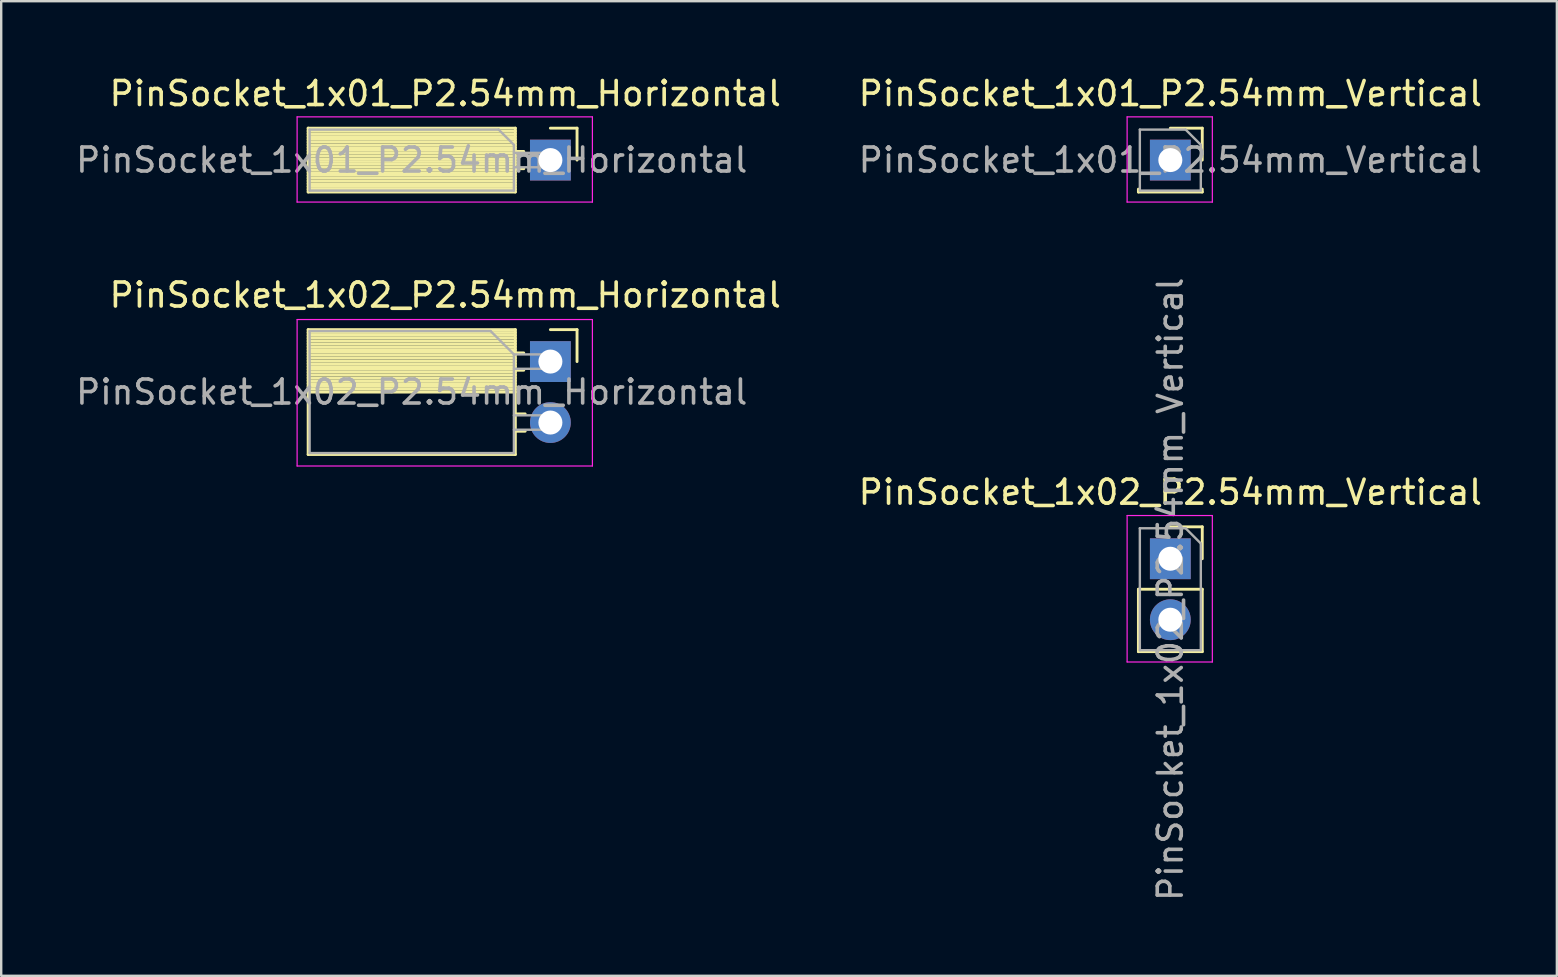
<source format=kicad_pcb>
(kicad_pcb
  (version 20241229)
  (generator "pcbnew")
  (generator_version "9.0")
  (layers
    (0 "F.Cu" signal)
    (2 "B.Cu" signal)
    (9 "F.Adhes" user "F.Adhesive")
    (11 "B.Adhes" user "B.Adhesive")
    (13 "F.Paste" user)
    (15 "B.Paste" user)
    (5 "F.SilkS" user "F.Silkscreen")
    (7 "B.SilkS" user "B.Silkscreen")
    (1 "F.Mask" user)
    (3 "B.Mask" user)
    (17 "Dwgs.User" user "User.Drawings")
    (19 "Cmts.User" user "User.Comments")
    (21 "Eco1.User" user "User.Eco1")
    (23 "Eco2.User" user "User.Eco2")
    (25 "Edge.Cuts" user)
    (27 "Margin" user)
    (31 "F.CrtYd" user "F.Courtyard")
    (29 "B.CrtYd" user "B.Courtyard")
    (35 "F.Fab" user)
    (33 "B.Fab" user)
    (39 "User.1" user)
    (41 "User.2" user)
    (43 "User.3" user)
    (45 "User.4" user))
  (footprint "PinSocket_1x01_P2.54mm_Horizontal"
    (layer "F.Cu")
    (at 19.876 3.618)
    (property "Reference" "PinSocket_1x01_P2.54mm_Horizontal" (at -4.38 -2.77 0) (layer "F.SilkS") (effects (font (size 1 1) (thickness 0.15))))
    (attr through_hole)
    (fp_line (start -10.09 -1.33) (end -10.09 1.33) (stroke (width 0.12) (type solid)) (layer "F.SilkS"))
    (fp_line (start -10.09 -1.33) (end -1.46 -1.33) (stroke (width 0.12) (type solid)) (layer "F.SilkS"))
    (fp_line (start -10.09 -1.21) (end -1.46 -1.21) (stroke (width 0.12) (type solid)) (layer "F.SilkS"))
    (fp_line (start -10.09 -1.095) (end -1.46 -1.095) (stroke (width 0.12) (type solid)) (layer "F.SilkS"))
    (fp_line (start -10.09 -0.979) (end -1.46 -0.979) (stroke (width 0.12) (type solid)) (layer "F.SilkS"))
    (fp_line (start -10.09 -0.864) (end -1.46 -0.864) (stroke (width 0.12) (type solid)) (layer "F.SilkS"))
    (fp_line (start -10.09 -0.748) (end -1.46 -0.748) (stroke (width 0.12) (type solid)) (layer "F.SilkS"))
    (fp_line (start -10.09 -0.633) (end -1.46 -0.633) (stroke (width 0.12) (type solid)) (layer "F.SilkS"))
    (fp_line (start -10.09 -0.517) (end -1.46 -0.517) (stroke (width 0.12) (type solid)) (layer "F.SilkS"))
    (fp_line (start -10.09 -0.402) (end -1.46 -0.402) (stroke (width 0.12) (type solid)) (layer "F.SilkS"))
    (fp_line (start -10.09 -0.286) (end -1.46 -0.286) (stroke (width 0.12) (type solid)) (layer "F.SilkS"))
    (fp_line (start -10.09 -0.171) (end -1.46 -0.171) (stroke (width 0.12) (type solid)) (layer "F.SilkS"))
    (fp_line (start -10.09 -0.055) (end -1.46 -0.055) (stroke (width 0.12) (type solid)) (layer "F.SilkS"))
    (fp_line (start -10.09 0.06) (end -1.46 0.06) (stroke (width 0.12) (type solid)) (layer "F.SilkS"))
    (fp_line (start -10.09 0.175) (end -1.46 0.175) (stroke (width 0.12) (type solid)) (layer "F.SilkS"))
    (fp_line (start -10.09 0.291) (end -1.46 0.291) (stroke (width 0.12) (type solid)) (layer "F.SilkS"))
    (fp_line (start -10.09 0.406) (end -1.46 0.406) (stroke (width 0.12) (type solid)) (layer "F.SilkS"))
    (fp_line (start -10.09 0.522) (end -1.46 0.522) (stroke (width 0.12) (type solid)) (layer "F.SilkS"))
    (fp_line (start -10.09 0.637) (end -1.46 0.637) (stroke (width 0.12) (type solid)) (layer "F.SilkS"))
    (fp_line (start -10.09 0.753) (end -1.46 0.753) (stroke (width 0.12) (type solid)) (layer "F.SilkS"))
    (fp_line (start -10.09 0.868) (end -1.46 0.868) (stroke (width 0.12) (type solid)) (layer "F.SilkS"))
    (fp_line (start -10.09 0.984) (end -1.46 0.984) (stroke (width 0.12) (type solid)) (layer "F.SilkS"))
    (fp_line (start -10.09 1.099) (end -1.46 1.099) (stroke (width 0.12) (type solid)) (layer "F.SilkS"))
    (fp_line (start -10.09 1.215) (end -1.46 1.215) (stroke (width 0.12) (type solid)) (layer "F.SilkS"))
    (fp_line (start -10.09 1.33) (end -1.46 1.33) (stroke (width 0.12) (type solid)) (layer "F.SilkS"))
    (fp_line (start -1.46 -1.33) (end -1.46 1.33) (stroke (width 0.12) (type solid)) (layer "F.SilkS"))
    (fp_line (start -1.46 -0.36) (end -1.11 -0.36) (stroke (width 0.12) (type solid)) (layer "F.SilkS"))
    (fp_line (start -1.46 0.36) (end -1.11 0.36) (stroke (width 0.12) (type solid)) (layer "F.SilkS"))
    (fp_line (start 0 -1.33) (end 1.11 -1.33) (stroke (width 0.12) (type solid)) (layer "F.SilkS"))
    (fp_line (start 1.11 -1.33) (end 1.11 0) (stroke (width 0.12) (type solid)) (layer "F.SilkS"))
    (fp_line (start -10.55 -1.8) (end -10.55 1.75) (stroke (width 0.05) (type solid)) (layer "F.CrtYd"))
    (fp_line (start -10.55 1.75) (end 1.75 1.75) (stroke (width 0.05) (type solid)) (layer "F.CrtYd"))
    (fp_line (start 1.75 -1.8) (end -10.55 -1.8) (stroke (width 0.05) (type solid)) (layer "F.CrtYd"))
    (fp_line (start 1.75 1.75) (end 1.75 -1.8) (stroke (width 0.05) (type solid)) (layer "F.CrtYd"))
    (fp_line (start -10.03 -1.27) (end -2.155 -1.27) (stroke (width 0.1) (type solid)) (layer "F.Fab"))
    (fp_line (start -10.03 1.27) (end -10.03 -1.27) (stroke (width 0.1) (type solid)) (layer "F.Fab"))
    (fp_line (start -2.155 -1.27) (end -1.52 -0.635) (stroke (width 0.1) (type solid)) (layer "F.Fab"))
    (fp_line (start -1.52 -0.635) (end -1.52 1.27) (stroke (width 0.1) (type solid)) (layer "F.Fab"))
    (fp_line (start -1.52 0.3) (end 0 0.3) (stroke (width 0.1) (type solid)) (layer "F.Fab"))
    (fp_line (start -1.52 1.27) (end -10.03 1.27) (stroke (width 0.1) (type solid)) (layer "F.Fab"))
    (fp_line (start 0 -0.3) (end -1.52 -0.3) (stroke (width 0.1) (type solid)) (layer "F.Fab"))
    (fp_line (start 0 0.3) (end 0 -0.3) (stroke (width 0.1) (type solid)) (layer "F.Fab"))
    (fp_text user "${REFERENCE}" (at -5.775 0 0) (layer "F.Fab") (effects (font (size 1 1) (thickness 0.15))))
    (pad "1" thru_hole rect (at 0 0) (size 1.7 1.7) (drill 1) (layers "*.Cu" "*.Mask")))
  (footprint "PinSocket_1x02_P2.54mm_Horizontal"
    (layer "F.Cu")
    (at 19.876 12.011)
    (property "Reference" "PinSocket_1x02_P2.54mm_Horizontal" (at -4.38 -2.77 0) (layer "F.SilkS") (effects (font (size 1 1) (thickness 0.15))))
    (attr through_hole)
    (fp_line (start -10.09 -1.33) (end -10.09 3.87) (stroke (width 0.12) (type solid)) (layer "F.SilkS"))
    (fp_line (start -10.09 -1.33) (end -1.46 -1.33) (stroke (width 0.12) (type solid)) (layer "F.SilkS"))
    (fp_line (start -10.09 -1.21) (end -1.46 -1.21) (stroke (width 0.12) (type solid)) (layer "F.SilkS"))
    (fp_line (start -10.09 -1.092) (end -1.46 -1.092) (stroke (width 0.12) (type solid)) (layer "F.SilkS"))
    (fp_line (start -10.09 -0.974) (end -1.46 -0.974) (stroke (width 0.12) (type solid)) (layer "F.SilkS"))
    (fp_line (start -10.09 -0.856) (end -1.46 -0.856) (stroke (width 0.12) (type solid)) (layer "F.SilkS"))
    (fp_line (start -10.09 -0.738) (end -1.46 -0.738) (stroke (width 0.12) (type solid)) (layer "F.SilkS"))
    (fp_line (start -10.09 -0.62) (end -1.46 -0.62) (stroke (width 0.12) (type solid)) (layer "F.SilkS"))
    (fp_line (start -10.09 -0.501) (end -1.46 -0.501) (stroke (width 0.12) (type solid)) (layer "F.SilkS"))
    (fp_line (start -10.09 -0.383) (end -1.46 -0.383) (stroke (width 0.12) (type solid)) (layer "F.SilkS"))
    (fp_line (start -10.09 -0.265) (end -1.46 -0.265) (stroke (width 0.12) (type solid)) (layer "F.SilkS"))
    (fp_line (start -10.09 -0.147) (end -1.46 -0.147) (stroke (width 0.12) (type solid)) (layer "F.SilkS"))
    (fp_line (start -10.09 -0.029) (end -1.46 -0.029) (stroke (width 0.12) (type solid)) (layer "F.SilkS"))
    (fp_line (start -10.09 0.089) (end -1.46 0.089) (stroke (width 0.12) (type solid)) (layer "F.SilkS"))
    (fp_line (start -10.09 0.207) (end -1.46 0.207) (stroke (width 0.12) (type solid)) (layer "F.SilkS"))
    (fp_line (start -10.09 0.325) (end -1.46 0.325) (stroke (width 0.12) (type solid)) (layer "F.SilkS"))
    (fp_line (start -10.09 0.443) (end -1.46 0.443) (stroke (width 0.12) (type solid)) (layer "F.SilkS"))
    (fp_line (start -10.09 0.561) (end -1.46 0.561) (stroke (width 0.12) (type solid)) (layer "F.SilkS"))
    (fp_line (start -10.09 0.68) (end -1.46 0.68) (stroke (width 0.12) (type solid)) (layer "F.SilkS"))
    (fp_line (start -10.09 0.798) (end -1.46 0.798) (stroke (width 0.12) (type solid)) (layer "F.SilkS"))
    (fp_line (start -10.09 0.916) (end -1.46 0.916) (stroke (width 0.12) (type solid)) (layer "F.SilkS"))
    (fp_line (start -10.09 1.034) (end -1.46 1.034) (stroke (width 0.12) (type solid)) (layer "F.SilkS"))
    (fp_line (start -10.09 1.152) (end -1.46 1.152) (stroke (width 0.12) (type solid)) (layer "F.SilkS"))
    (fp_line (start -10.09 1.27) (end -1.46 1.27) (stroke (width 0.12) (type solid)) (layer "F.SilkS"))
    (fp_line (start -10.09 3.87) (end -1.46 3.87) (stroke (width 0.12) (type solid)) (layer "F.SilkS"))
    (fp_line (start -1.46 -1.33) (end -1.46 3.87) (stroke (width 0.12) (type solid)) (layer "F.SilkS"))
    (fp_line (start -1.46 -0.36) (end -1.11 -0.36) (stroke (width 0.12) (type solid)) (layer "F.SilkS"))
    (fp_line (start -1.46 0.36) (end -1.11 0.36) (stroke (width 0.12) (type solid)) (layer "F.SilkS"))
    (fp_line (start -1.46 2.18) (end -1.05 2.18) (stroke (width 0.12) (type solid)) (layer "F.SilkS"))
    (fp_line (start -1.46 2.9) (end -1.05 2.9) (stroke (width 0.12) (type solid)) (layer "F.SilkS"))
    (fp_line (start 0 -1.33) (end 1.11 -1.33) (stroke (width 0.12) (type solid)) (layer "F.SilkS"))
    (fp_line (start 1.11 -1.33) (end 1.11 0) (stroke (width 0.12) (type solid)) (layer "F.SilkS"))
    (fp_line (start -10.55 -1.75) (end -10.55 4.35) (stroke (width 0.05) (type solid)) (layer "F.CrtYd"))
    (fp_line (start -10.55 4.35) (end 1.75 4.35) (stroke (width 0.05) (type solid)) (layer "F.CrtYd"))
    (fp_line (start 1.75 -1.75) (end -10.55 -1.75) (stroke (width 0.05) (type solid)) (layer "F.CrtYd"))
    (fp_line (start 1.75 4.35) (end 1.75 -1.75) (stroke (width 0.05) (type solid)) (layer "F.CrtYd"))
    (fp_line (start -10.03 -1.27) (end -2.49 -1.27) (stroke (width 0.1) (type solid)) (layer "F.Fab"))
    (fp_line (start -10.03 3.81) (end -10.03 -1.27) (stroke (width 0.1) (type solid)) (layer "F.Fab"))
    (fp_line (start -2.49 -1.27) (end -1.52 -0.3) (stroke (width 0.1) (type solid)) (layer "F.Fab"))
    (fp_line (start -1.52 -0.3) (end -1.52 3.81) (stroke (width 0.1) (type solid)) (layer "F.Fab"))
    (fp_line (start -1.52 0.3) (end 0 0.3) (stroke (width 0.1) (type solid)) (layer "F.Fab"))
    (fp_line (start -1.52 2.84) (end 0 2.84) (stroke (width 0.1) (type solid)) (layer "F.Fab"))
    (fp_line (start -1.52 3.81) (end -10.03 3.81) (stroke (width 0.1) (type solid)) (layer "F.Fab"))
    (fp_line (start 0 -0.3) (end -1.52 -0.3) (stroke (width 0.1) (type solid)) (layer "F.Fab"))
    (fp_line (start 0 0.3) (end 0 -0.3) (stroke (width 0.1) (type solid)) (layer "F.Fab"))
    (fp_line (start 0 2.24) (end -1.52 2.24) (stroke (width 0.1) (type solid)) (layer "F.Fab"))
    (fp_line (start 0 2.84) (end 0 2.24) (stroke (width 0.1) (type solid)) (layer "F.Fab"))
    (fp_text user "${REFERENCE}" (at -5.775 1.27 0) (layer "F.Fab") (effects (font (size 1 1) (thickness 0.15))))
    (pad "1" thru_hole rect (at 0 0) (size 1.7 1.7) (drill 1) (layers "*.Cu" "*.Mask"))
    (pad "2" thru_hole oval (at 0 2.54) (size 1.7 1.7) (drill 1) (layers "*.Cu" "*.Mask")))
  (footprint "PinSocket_1x01_P2.54mm_Vertical"
    (layer "F.Cu")
    (at 45.699 3.618)
    (property "Reference" "PinSocket_1x01_P2.54mm_Vertical" (at 0 -2.77 0) (layer "F.SilkS") (effects (font (size 1 1) (thickness 0.15))))
    (attr through_hole)
    (fp_line (start -1.33 1.21) (end -1.33 1.33) (stroke (width 0.12) (type solid)) (layer "F.SilkS"))
    (fp_line (start -1.33 1.33) (end 1.33 1.33) (stroke (width 0.12) (type solid)) (layer "F.SilkS"))
    (fp_line (start 0 -1.33) (end 1.33 -1.33) (stroke (width 0.12) (type solid)) (layer "F.SilkS"))
    (fp_line (start 1.33 -1.33) (end 1.33 0) (stroke (width 0.12) (type solid)) (layer "F.SilkS"))
    (fp_line (start 1.33 1.21) (end 1.33 1.33) (stroke (width 0.12) (type solid)) (layer "F.SilkS"))
    (fp_line (start -1.8 -1.8) (end 1.75 -1.8) (stroke (width 0.05) (type solid)) (layer "F.CrtYd"))
    (fp_line (start -1.8 1.75) (end -1.8 -1.8) (stroke (width 0.05) (type solid)) (layer "F.CrtYd"))
    (fp_line (start 1.75 -1.8) (end 1.75 1.75) (stroke (width 0.05) (type solid)) (layer "F.CrtYd"))
    (fp_line (start 1.75 1.75) (end -1.8 1.75) (stroke (width 0.05) (type solid)) (layer "F.CrtYd"))
    (fp_line (start -1.27 -1.27) (end 0.635 -1.27) (stroke (width 0.1) (type solid)) (layer "F.Fab"))
    (fp_line (start -1.27 1.27) (end -1.27 -1.27) (stroke (width 0.1) (type solid)) (layer "F.Fab"))
    (fp_line (start 0.635 -1.27) (end 1.27 -0.635) (stroke (width 0.1) (type solid)) (layer "F.Fab"))
    (fp_line (start 1.27 -0.635) (end 1.27 1.27) (stroke (width 0.1) (type solid)) (layer "F.Fab"))
    (fp_line (start 1.27 1.27) (end -1.27 1.27) (stroke (width 0.1) (type solid)) (layer "F.Fab"))
    (fp_text user "${REFERENCE}" (at 0 0 0) (layer "F.Fab") (effects (font (size 1 1) (thickness 0.15))))
    (pad "1" thru_hole rect (at 0 0) (size 1.7 1.7) (drill 1) (layers "*.Cu" "*.Mask")))
  (footprint "PinSocket_1x02_P2.54mm_Vertical"
    (layer "F.Cu")
    (at 45.699 20.224)
    (property "Reference" "PinSocket_1x02_P2.54mm_Vertical" (at 0 -2.77 0) (layer "F.SilkS") (effects (font (size 1 1) (thickness 0.15))))
    (attr through_hole)
    (fp_line (start -1.33 1.27) (end -1.33 3.87) (stroke (width 0.12) (type solid)) (layer "F.SilkS"))
    (fp_line (start -1.33 1.27) (end 1.33 1.27) (stroke (width 0.12) (type solid)) (layer "F.SilkS"))
    (fp_line (start -1.33 3.87) (end 1.33 3.87) (stroke (width 0.12) (type solid)) (layer "F.SilkS"))
    (fp_line (start 0 -1.33) (end 1.33 -1.33) (stroke (width 0.12) (type solid)) (layer "F.SilkS"))
    (fp_line (start 1.33 -1.33) (end 1.33 0) (stroke (width 0.12) (type solid)) (layer "F.SilkS"))
    (fp_line (start 1.33 1.27) (end 1.33 3.87) (stroke (width 0.12) (type solid)) (layer "F.SilkS"))
    (fp_line (start -1.8 -1.8) (end 1.75 -1.8) (stroke (width 0.05) (type solid)) (layer "F.CrtYd"))
    (fp_line (start -1.8 4.3) (end -1.8 -1.8) (stroke (width 0.05) (type solid)) (layer "F.CrtYd"))
    (fp_line (start 1.75 -1.8) (end 1.75 4.3) (stroke (width 0.05) (type solid)) (layer "F.CrtYd"))
    (fp_line (start 1.75 4.3) (end -1.8 4.3) (stroke (width 0.05) (type solid)) (layer "F.CrtYd"))
    (fp_line (start -1.27 -1.27) (end 0.635 -1.27) (stroke (width 0.1) (type solid)) (layer "F.Fab"))
    (fp_line (start -1.27 3.81) (end -1.27 -1.27) (stroke (width 0.1) (type solid)) (layer "F.Fab"))
    (fp_line (start 0.635 -1.27) (end 1.27 -0.635) (stroke (width 0.1) (type solid)) (layer "F.Fab"))
    (fp_line (start 1.27 -0.635) (end 1.27 3.81) (stroke (width 0.1) (type solid)) (layer "F.Fab"))
    (fp_line (start 1.27 3.81) (end -1.27 3.81) (stroke (width 0.1) (type solid)) (layer "F.Fab"))
    (fp_text user "${REFERENCE}" (at 0 1.27 90) (layer "F.Fab") (effects (font (size 1 1) (thickness 0.15))))
    (pad "1" thru_hole rect (at 0 0) (size 1.7 1.7) (drill 1) (layers "*.Cu" "*.Mask"))
    (pad "2" thru_hole oval (at 0 2.54) (size 1.7 1.7) (drill 1) (layers "*.Cu" "*.Mask")))
  (gr_rect
    (start -3 -3)
    (end 61.8 37.596)
    (stroke (width 0.1) (type default))
    (fill no)
    (layer "Edge.Cuts")))
</source>
